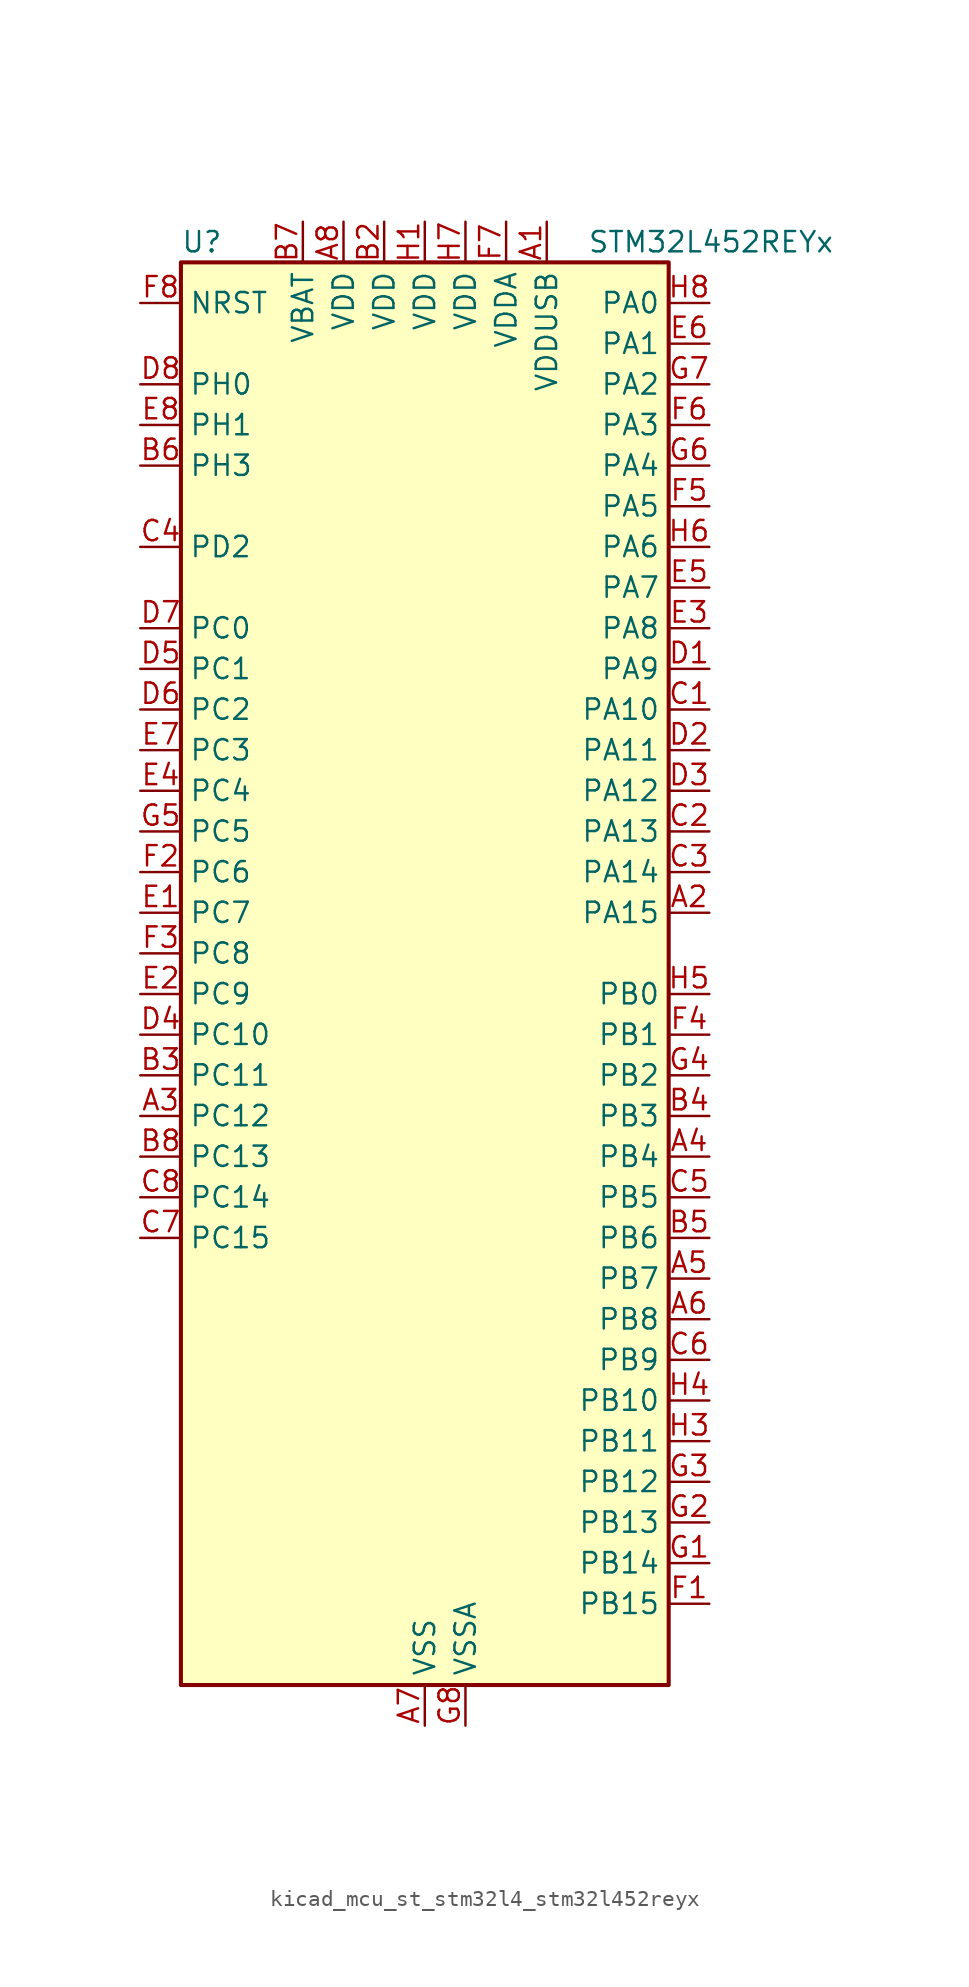
<source format=kicad_sym>
(kicad_symbol_lib
  (version 20220914)
  (generator kicad_symbol_editor)
  (symbol "kicad_mcu_st_stm32l4_stm32l452reyx"
    (property "Reference" "U"
      (at -15.24 46.99 0)
      (effects (font (size 1.27 1.27)) (justify left)))
    (property "Value" "STM32L452REYx"
      (at 10.16 46.99 0)
      (effects (font (size 1.27 1.27)) (justify left)))
    (property "ki_locked" ""
      (at 0 0 0)
      (effects (font (size 1.27 1.27))))
    (symbol "kicad_mcu_st_stm32l4_stm32l452reyx_0_1"
      (rectangle (start -15.24 -43.18) (end 15.24 45.72) (stroke (width 0.254) (type default)) (fill (type background))))
    (symbol "kicad_mcu_st_stm32l4_stm32l452reyx_1_1"
      (pin power_in line (at 7.62 48.26 270) (length 2.54) (name "VDDUSB" (effects (font (size 1.27 1.27)))) (number "A1" (effects (font (size 1.27 1.27)))))
      (pin bidirectional line (at 17.78 5.08 180) (length 2.54) (name "PA15" (effects (font (size 1.27 1.27)))) (number "A2" (effects (font (size 1.27 1.27)))) (alternate "ADC1_EXTI15" bidirectional line) (alternate "SPI1_NSS" bidirectional line) (alternate "SPI3_NSS" bidirectional line) (alternate "SYS_JTDI" bidirectional line) (alternate "TIM2_CH1" bidirectional line) (alternate "TIM2_ETR" bidirectional line) (alternate "TSC_G3_IO1" bidirectional line) (alternate "UART4_DE" bidirectional line) (alternate "UART4_RTS" bidirectional line) (alternate "USART2_RX" bidirectional line) (alternate "USART3_DE" bidirectional line) (alternate "USART3_RTS" bidirectional line))
      (pin bidirectional line (at -17.78 -7.62 0) (length 2.54) (name "PC12" (effects (font (size 1.27 1.27)))) (number "A3" (effects (font (size 1.27 1.27)))) (alternate "SDMMC1_CK" bidirectional line) (alternate "SPI3_MOSI" bidirectional line) (alternate "SYS_TRACED3" bidirectional line) (alternate "TSC_G3_IO4" bidirectional line) (alternate "USART3_CK" bidirectional line))
      (pin bidirectional line (at 17.78 -10.16 180) (length 2.54) (name "PB4" (effects (font (size 1.27 1.27)))) (number "A4" (effects (font (size 1.27 1.27)))) (alternate "COMP2_INP" bidirectional line) (alternate "I2C3_SDA" bidirectional line) (alternate "SAI1_MCLK_B" bidirectional line) (alternate "SPI1_MISO" bidirectional line) (alternate "SPI3_MISO" bidirectional line) (alternate "SYS_JTRST" bidirectional line) (alternate "TIM3_CH1" bidirectional line) (alternate "TSC_G2_IO1" bidirectional line) (alternate "USART1_CTS" bidirectional line))
      (pin bidirectional line (at 17.78 -17.78 180) (length 2.54) (name "PB7" (effects (font (size 1.27 1.27)))) (number "A5" (effects (font (size 1.27 1.27)))) (alternate "COMP2_INM" bidirectional line) (alternate "I2C1_SDA" bidirectional line) (alternate "I2C4_SDA" bidirectional line) (alternate "LPTIM1_IN2" bidirectional line) (alternate "SYS_PVD_IN" bidirectional line) (alternate "TSC_G2_IO4" bidirectional line) (alternate "UART4_CTS" bidirectional line) (alternate "USART1_RX" bidirectional line))
      (pin bidirectional line (at 17.78 -20.32 180) (length 2.54) (name "PB8" (effects (font (size 1.27 1.27)))) (number "A6" (effects (font (size 1.27 1.27)))) (alternate "CAN1_RX" bidirectional line) (alternate "I2C1_SCL" bidirectional line) (alternate "SAI1_MCLK_A" bidirectional line) (alternate "SDMMC1_D4" bidirectional line) (alternate "TIM16_CH1" bidirectional line))
      (pin power_in line (at 0 -45.72 90) (length 2.54) (name "VSS" (effects (font (size 1.27 1.27)))) (number "A7" (effects (font (size 1.27 1.27)))))
      (pin power_in line (at -5.08 48.26 270) (length 2.54) (name "VDD" (effects (font (size 1.27 1.27)))) (number "A8" (effects (font (size 1.27 1.27)))))
      (pin passive line (at 0 -45.72 90) (length 2.54) hide (name "VSS" (effects (font (size 1.27 1.27)))) (number "B1" (effects (font (size 1.27 1.27)))))
      (pin power_in line (at -2.54 48.26 270) (length 2.54) (name "VDD" (effects (font (size 1.27 1.27)))) (number "B2" (effects (font (size 1.27 1.27)))))
      (pin bidirectional line (at -17.78 -5.08 0) (length 2.54) (name "PC11" (effects (font (size 1.27 1.27)))) (number "B3" (effects (font (size 1.27 1.27)))) (alternate "ADC1_EXTI11" bidirectional line) (alternate "SDMMC1_D3" bidirectional line) (alternate "SPI3_MISO" bidirectional line) (alternate "TSC_G3_IO3" bidirectional line) (alternate "UART4_RX" bidirectional line) (alternate "USART3_RX" bidirectional line))
      (pin bidirectional line (at 17.78 -7.62 180) (length 2.54) (name "PB3" (effects (font (size 1.27 1.27)))) (number "B4" (effects (font (size 1.27 1.27)))) (alternate "COMP2_INM" bidirectional line) (alternate "SAI1_SCK_B" bidirectional line) (alternate "SPI1_SCK" bidirectional line) (alternate "SPI3_SCK" bidirectional line) (alternate "SYS_JTDO-SWO" bidirectional line) (alternate "TIM2_CH2" bidirectional line) (alternate "USART1_DE" bidirectional line) (alternate "USART1_RTS" bidirectional line))
      (pin bidirectional line (at 17.78 -15.24 180) (length 2.54) (name "PB6" (effects (font (size 1.27 1.27)))) (number "B5" (effects (font (size 1.27 1.27)))) (alternate "CAN1_TX" bidirectional line) (alternate "COMP2_INP" bidirectional line) (alternate "I2C1_SCL" bidirectional line) (alternate "I2C4_SCL" bidirectional line) (alternate "LPTIM1_ETR" bidirectional line) (alternate "SAI1_FS_B" bidirectional line) (alternate "TIM16_CH1N" bidirectional line) (alternate "TSC_G2_IO3" bidirectional line) (alternate "USART1_TX" bidirectional line))
      (pin bidirectional line (at -17.78 33.02 0) (length 2.54) (name "PH3" (effects (font (size 1.27 1.27)))) (number "B6" (effects (font (size 1.27 1.27)))))
      (pin power_in line (at -7.62 48.26 270) (length 2.54) (name "VBAT" (effects (font (size 1.27 1.27)))) (number "B7" (effects (font (size 1.27 1.27)))))
      (pin bidirectional line (at -17.78 -10.16 0) (length 2.54) (name "PC13" (effects (font (size 1.27 1.27)))) (number "B8" (effects (font (size 1.27 1.27)))) (alternate "RTC_OUT_ALARM" bidirectional line) (alternate "RTC_OUT_CALIB" bidirectional line) (alternate "RTC_TAMP1" bidirectional line) (alternate "RTC_TS" bidirectional line) (alternate "SYS_WKUP2" bidirectional line))
      (pin bidirectional line (at 17.78 17.78 180) (length 2.54) (name "PA10" (effects (font (size 1.27 1.27)))) (number "C1" (effects (font (size 1.27 1.27)))) (alternate "CRS_SYNC" bidirectional line) (alternate "I2C1_SDA" bidirectional line) (alternate "SAI1_SD_A" bidirectional line) (alternate "TIM1_CH3" bidirectional line) (alternate "USART1_RX" bidirectional line))
      (pin bidirectional line (at 17.78 10.16 180) (length 2.54) (name "PA13" (effects (font (size 1.27 1.27)))) (number "C2" (effects (font (size 1.27 1.27)))) (alternate "IR_OUT" bidirectional line) (alternate "SAI1_SD_B" bidirectional line) (alternate "SYS_JTMS-SWDIO" bidirectional line) (alternate "USB_NOE" bidirectional line))
      (pin bidirectional line (at 17.78 7.62 180) (length 2.54) (name "PA14" (effects (font (size 1.27 1.27)))) (number "C3" (effects (font (size 1.27 1.27)))) (alternate "I2C1_SMBA" bidirectional line) (alternate "I2C4_SMBA" bidirectional line) (alternate "LPTIM1_OUT" bidirectional line) (alternate "SAI1_FS_B" bidirectional line) (alternate "SYS_JTCK-SWCLK" bidirectional line))
      (pin bidirectional line (at -17.78 27.94 0) (length 2.54) (name "PD2" (effects (font (size 1.27 1.27)))) (number "C4" (effects (font (size 1.27 1.27)))) (alternate "SDMMC1_CMD" bidirectional line) (alternate "SYS_TRACED2" bidirectional line) (alternate "TIM3_ETR" bidirectional line) (alternate "TSC_SYNC" bidirectional line) (alternate "USART3_DE" bidirectional line) (alternate "USART3_RTS" bidirectional line))
      (pin bidirectional line (at 17.78 -12.7 180) (length 2.54) (name "PB5" (effects (font (size 1.27 1.27)))) (number "C5" (effects (font (size 1.27 1.27)))) (alternate "CAN1_RX" bidirectional line) (alternate "COMP2_OUT" bidirectional line) (alternate "I2C1_SMBA" bidirectional line) (alternate "LPTIM1_IN1" bidirectional line) (alternate "SAI1_SD_B" bidirectional line) (alternate "SPI1_MOSI" bidirectional line) (alternate "SPI3_MOSI" bidirectional line) (alternate "TIM16_BKIN" bidirectional line) (alternate "TIM3_CH2" bidirectional line) (alternate "TSC_G2_IO2" bidirectional line) (alternate "USART1_CK" bidirectional line))
      (pin bidirectional line (at 17.78 -22.86 180) (length 2.54) (name "PB9" (effects (font (size 1.27 1.27)))) (number "C6" (effects (font (size 1.27 1.27)))) (alternate "CAN1_TX" bidirectional line) (alternate "DAC1_EXTI9" bidirectional line) (alternate "I2C1_SDA" bidirectional line) (alternate "IR_OUT" bidirectional line) (alternate "SAI1_FS_A" bidirectional line) (alternate "SDMMC1_D5" bidirectional line) (alternate "SPI2_NSS" bidirectional line))
      (pin bidirectional line (at -17.78 -15.24 0) (length 2.54) (name "PC15" (effects (font (size 1.27 1.27)))) (number "C7" (effects (font (size 1.27 1.27)))) (alternate "ADC1_EXTI15" bidirectional line) (alternate "RCC_OSC32_OUT" bidirectional line))
      (pin bidirectional line (at -17.78 -12.7 0) (length 2.54) (name "PC14" (effects (font (size 1.27 1.27)))) (number "C8" (effects (font (size 1.27 1.27)))) (alternate "RCC_OSC32_IN" bidirectional line))
      (pin bidirectional line (at 17.78 20.32 180) (length 2.54) (name "PA9" (effects (font (size 1.27 1.27)))) (number "D1" (effects (font (size 1.27 1.27)))) (alternate "DAC1_EXTI9" bidirectional line) (alternate "DFSDM1_DATIN1" bidirectional line) (alternate "I2C1_SCL" bidirectional line) (alternate "SAI1_FS_A" bidirectional line) (alternate "TIM15_BKIN" bidirectional line) (alternate "TIM1_CH2" bidirectional line) (alternate "USART1_TX" bidirectional line))
      (pin bidirectional line (at 17.78 15.24 180) (length 2.54) (name "PA11" (effects (font (size 1.27 1.27)))) (number "D2" (effects (font (size 1.27 1.27)))) (alternate "ADC1_EXTI11" bidirectional line) (alternate "CAN1_RX" bidirectional line) (alternate "COMP1_OUT" bidirectional line) (alternate "SPI1_MISO" bidirectional line) (alternate "TIM1_BKIN2" bidirectional line) (alternate "TIM1_BKIN2_COMP1" bidirectional line) (alternate "TIM1_CH4" bidirectional line) (alternate "USART1_CTS" bidirectional line) (alternate "USB_DM" bidirectional line))
      (pin bidirectional line (at 17.78 12.7 180) (length 2.54) (name "PA12" (effects (font (size 1.27 1.27)))) (number "D3" (effects (font (size 1.27 1.27)))) (alternate "CAN1_TX" bidirectional line) (alternate "SPI1_MOSI" bidirectional line) (alternate "TIM1_ETR" bidirectional line) (alternate "USART1_DE" bidirectional line) (alternate "USART1_RTS" bidirectional line) (alternate "USB_DP" bidirectional line))
      (pin bidirectional line (at -17.78 -2.54 0) (length 2.54) (name "PC10" (effects (font (size 1.27 1.27)))) (number "D4" (effects (font (size 1.27 1.27)))) (alternate "SDMMC1_D2" bidirectional line) (alternate "SPI3_SCK" bidirectional line) (alternate "SYS_TRACED1" bidirectional line) (alternate "TSC_G3_IO2" bidirectional line) (alternate "UART4_TX" bidirectional line) (alternate "USART3_TX" bidirectional line))
      (pin bidirectional line (at -17.78 20.32 0) (length 2.54) (name "PC1" (effects (font (size 1.27 1.27)))) (number "D5" (effects (font (size 1.27 1.27)))) (alternate "ADC1_IN2" bidirectional line) (alternate "I2C3_SDA" bidirectional line) (alternate "I2C4_SDA" bidirectional line) (alternate "LPTIM1_OUT" bidirectional line) (alternate "LPUART1_TX" bidirectional line) (alternate "SYS_TRACED0" bidirectional line))
      (pin bidirectional line (at -17.78 17.78 0) (length 2.54) (name "PC2" (effects (font (size 1.27 1.27)))) (number "D6" (effects (font (size 1.27 1.27)))) (alternate "ADC1_IN3" bidirectional line) (alternate "DFSDM1_CKOUT" bidirectional line) (alternate "LPTIM1_IN2" bidirectional line) (alternate "SPI2_MISO" bidirectional line))
      (pin bidirectional line (at -17.78 22.86 0) (length 2.54) (name "PC0" (effects (font (size 1.27 1.27)))) (number "D7" (effects (font (size 1.27 1.27)))) (alternate "ADC1_IN1" bidirectional line) (alternate "I2C3_SCL" bidirectional line) (alternate "I2C4_SCL" bidirectional line) (alternate "LPTIM1_IN1" bidirectional line) (alternate "LPTIM2_IN1" bidirectional line) (alternate "LPUART1_RX" bidirectional line))
      (pin bidirectional line (at -17.78 38.1 0) (length 2.54) (name "PH0" (effects (font (size 1.27 1.27)))) (number "D8" (effects (font (size 1.27 1.27)))) (alternate "RCC_OSC_IN" bidirectional line))
      (pin bidirectional line (at -17.78 5.08 0) (length 2.54) (name "PC7" (effects (font (size 1.27 1.27)))) (number "E1" (effects (font (size 1.27 1.27)))) (alternate "DFSDM1_DATIN3" bidirectional line) (alternate "SDMMC1_D7" bidirectional line) (alternate "TIM3_CH2" bidirectional line) (alternate "TSC_G4_IO2" bidirectional line))
      (pin bidirectional line (at -17.78 0 0) (length 2.54) (name "PC9" (effects (font (size 1.27 1.27)))) (number "E2" (effects (font (size 1.27 1.27)))) (alternate "DAC1_EXTI9" bidirectional line) (alternate "SDMMC1_D1" bidirectional line) (alternate "TIM3_CH4" bidirectional line) (alternate "TSC_G4_IO4" bidirectional line) (alternate "USB_NOE" bidirectional line))
      (pin bidirectional line (at 17.78 22.86 180) (length 2.54) (name "PA8" (effects (font (size 1.27 1.27)))) (number "E3" (effects (font (size 1.27 1.27)))) (alternate "DFSDM1_CKIN1" bidirectional line) (alternate "LPTIM2_OUT" bidirectional line) (alternate "RCC_MCO" bidirectional line) (alternate "SAI1_SCK_A" bidirectional line) (alternate "TIM1_CH1" bidirectional line) (alternate "USART1_CK" bidirectional line))
      (pin bidirectional line (at -17.78 12.7 0) (length 2.54) (name "PC4" (effects (font (size 1.27 1.27)))) (number "E4" (effects (font (size 1.27 1.27)))) (alternate "ADC1_IN13" bidirectional line) (alternate "COMP1_INM" bidirectional line) (alternate "USART3_TX" bidirectional line))
      (pin bidirectional line (at 17.78 25.4 180) (length 2.54) (name "PA7" (effects (font (size 1.27 1.27)))) (number "E5" (effects (font (size 1.27 1.27)))) (alternate "ADC1_IN12" bidirectional line) (alternate "COMP2_OUT" bidirectional line) (alternate "DFSDM1_DATIN0" bidirectional line) (alternate "I2C3_SCL" bidirectional line) (alternate "QUADSPI_BK1_IO2" bidirectional line) (alternate "SPI1_MOSI" bidirectional line) (alternate "TIM1_CH1N" bidirectional line) (alternate "TIM3_CH2" bidirectional line))
      (pin bidirectional line (at 17.78 40.64 180) (length 2.54) (name "PA1" (effects (font (size 1.27 1.27)))) (number "E6" (effects (font (size 1.27 1.27)))) (alternate "ADC1_IN6" bidirectional line) (alternate "COMP1_INP" bidirectional line) (alternate "I2C1_SMBA" bidirectional line) (alternate "OPAMP1_VINM" bidirectional line) (alternate "SPI1_SCK" bidirectional line) (alternate "TIM15_CH1N" bidirectional line) (alternate "TIM2_CH2" bidirectional line) (alternate "UART4_RX" bidirectional line) (alternate "USART2_DE" bidirectional line) (alternate "USART2_RTS" bidirectional line))
      (pin bidirectional line (at -17.78 15.24 0) (length 2.54) (name "PC3" (effects (font (size 1.27 1.27)))) (number "E7" (effects (font (size 1.27 1.27)))) (alternate "ADC1_IN4" bidirectional line) (alternate "LPTIM1_ETR" bidirectional line) (alternate "LPTIM2_ETR" bidirectional line) (alternate "SAI1_SD_A" bidirectional line) (alternate "SPI2_MOSI" bidirectional line))
      (pin bidirectional line (at -17.78 35.56 0) (length 2.54) (name "PH1" (effects (font (size 1.27 1.27)))) (number "E8" (effects (font (size 1.27 1.27)))) (alternate "RCC_OSC_OUT" bidirectional line))
      (pin bidirectional line (at 17.78 -38.1 180) (length 2.54) (name "PB15" (effects (font (size 1.27 1.27)))) (number "F1" (effects (font (size 1.27 1.27)))) (alternate "ADC1_EXTI15" bidirectional line) (alternate "DFSDM1_CKIN2" bidirectional line) (alternate "RTC_REFIN" bidirectional line) (alternate "SAI1_SD_A" bidirectional line) (alternate "SPI2_MOSI" bidirectional line) (alternate "TIM15_CH2" bidirectional line) (alternate "TIM1_CH3N" bidirectional line) (alternate "TSC_G1_IO4" bidirectional line))
      (pin bidirectional line (at -17.78 7.62 0) (length 2.54) (name "PC6" (effects (font (size 1.27 1.27)))) (number "F2" (effects (font (size 1.27 1.27)))) (alternate "DFSDM1_CKIN3" bidirectional line) (alternate "SDMMC1_D6" bidirectional line) (alternate "TIM3_CH1" bidirectional line) (alternate "TSC_G4_IO1" bidirectional line))
      (pin bidirectional line (at -17.78 2.54 0) (length 2.54) (name "PC8" (effects (font (size 1.27 1.27)))) (number "F3" (effects (font (size 1.27 1.27)))) (alternate "SDMMC1_D0" bidirectional line) (alternate "TIM3_CH3" bidirectional line) (alternate "TSC_G4_IO3" bidirectional line))
      (pin bidirectional line (at 17.78 -2.54 180) (length 2.54) (name "PB1" (effects (font (size 1.27 1.27)))) (number "F4" (effects (font (size 1.27 1.27)))) (alternate "ADC1_IN16" bidirectional line) (alternate "COMP1_INM" bidirectional line) (alternate "DFSDM1_DATIN0" bidirectional line) (alternate "LPTIM2_IN1" bidirectional line) (alternate "LPUART1_DE" bidirectional line) (alternate "LPUART1_RTS" bidirectional line) (alternate "QUADSPI_BK1_IO0" bidirectional line) (alternate "TIM1_CH3N" bidirectional line) (alternate "TIM3_CH4" bidirectional line) (alternate "USART3_DE" bidirectional line) (alternate "USART3_RTS" bidirectional line))
      (pin bidirectional line (at 17.78 30.48 180) (length 2.54) (name "PA5" (effects (font (size 1.27 1.27)))) (number "F5" (effects (font (size 1.27 1.27)))) (alternate "ADC1_IN10" bidirectional line) (alternate "COMP1_INM" bidirectional line) (alternate "COMP2_INM" bidirectional line) (alternate "DFSDM1_CKOUT" bidirectional line) (alternate "LPTIM2_ETR" bidirectional line) (alternate "SPI1_SCK" bidirectional line) (alternate "TIM2_CH1" bidirectional line) (alternate "TIM2_ETR" bidirectional line))
      (pin bidirectional line (at 17.78 35.56 180) (length 2.54) (name "PA3" (effects (font (size 1.27 1.27)))) (number "F6" (effects (font (size 1.27 1.27)))) (alternate "ADC1_IN8" bidirectional line) (alternate "COMP2_INP" bidirectional line) (alternate "LPUART1_RX" bidirectional line) (alternate "OPAMP1_VOUT" bidirectional line) (alternate "QUADSPI_CLK" bidirectional line) (alternate "SAI1_MCLK_A" bidirectional line) (alternate "TIM15_CH2" bidirectional line) (alternate "TIM2_CH4" bidirectional line) (alternate "USART2_RX" bidirectional line))
      (pin power_in line (at 5.08 48.26 270) (length 2.54) (name "VDDA" (effects (font (size 1.27 1.27)))) (number "F7" (effects (font (size 1.27 1.27)))))
      (pin input line (at -17.78 43.18 0) (length 2.54) (name "NRST" (effects (font (size 1.27 1.27)))) (number "F8" (effects (font (size 1.27 1.27)))))
      (pin bidirectional line (at 17.78 -35.56 180) (length 2.54) (name "PB14" (effects (font (size 1.27 1.27)))) (number "G1" (effects (font (size 1.27 1.27)))) (alternate "DFSDM1_DATIN2" bidirectional line) (alternate "I2C2_SDA" bidirectional line) (alternate "SAI1_MCLK_A" bidirectional line) (alternate "SPI2_MISO" bidirectional line) (alternate "TIM15_CH1" bidirectional line) (alternate "TIM1_CH2N" bidirectional line) (alternate "TSC_G1_IO3" bidirectional line) (alternate "USART3_DE" bidirectional line) (alternate "USART3_RTS" bidirectional line))
      (pin bidirectional line (at 17.78 -33.02 180) (length 2.54) (name "PB13" (effects (font (size 1.27 1.27)))) (number "G2" (effects (font (size 1.27 1.27)))) (alternate "CAN1_TX" bidirectional line) (alternate "DFSDM1_CKIN1" bidirectional line) (alternate "I2C2_SCL" bidirectional line) (alternate "LPUART1_CTS" bidirectional line) (alternate "SAI1_SCK_A" bidirectional line) (alternate "SPI2_SCK" bidirectional line) (alternate "TIM15_CH1N" bidirectional line) (alternate "TIM1_CH1N" bidirectional line) (alternate "TSC_G1_IO2" bidirectional line) (alternate "USART3_CTS" bidirectional line))
      (pin bidirectional line (at 17.78 -30.48 180) (length 2.54) (name "PB12" (effects (font (size 1.27 1.27)))) (number "G3" (effects (font (size 1.27 1.27)))) (alternate "CAN1_RX" bidirectional line) (alternate "DFSDM1_DATIN1" bidirectional line) (alternate "I2C2_SMBA" bidirectional line) (alternate "LPUART1_DE" bidirectional line) (alternate "LPUART1_RTS" bidirectional line) (alternate "SAI1_FS_A" bidirectional line) (alternate "SPI2_NSS" bidirectional line) (alternate "TIM15_BKIN" bidirectional line) (alternate "TIM1_BKIN" bidirectional line) (alternate "TIM1_BKIN_COMP2" bidirectional line) (alternate "TSC_G1_IO1" bidirectional line) (alternate "USART3_CK" bidirectional line))
      (pin bidirectional line (at 17.78 -5.08 180) (length 2.54) (name "PB2" (effects (font (size 1.27 1.27)))) (number "G4" (effects (font (size 1.27 1.27)))) (alternate "COMP1_INP" bidirectional line) (alternate "DFSDM1_CKIN0" bidirectional line) (alternate "I2C3_SMBA" bidirectional line) (alternate "LPTIM1_OUT" bidirectional line) (alternate "RTC_OUT_ALARM" bidirectional line) (alternate "RTC_OUT_CALIB" bidirectional line))
      (pin bidirectional line (at -17.78 10.16 0) (length 2.54) (name "PC5" (effects (font (size 1.27 1.27)))) (number "G5" (effects (font (size 1.27 1.27)))) (alternate "ADC1_IN14" bidirectional line) (alternate "COMP1_INP" bidirectional line) (alternate "SYS_WKUP5" bidirectional line) (alternate "USART3_RX" bidirectional line))
      (pin bidirectional line (at 17.78 33.02 180) (length 2.54) (name "PA4" (effects (font (size 1.27 1.27)))) (number "G6" (effects (font (size 1.27 1.27)))) (alternate "ADC1_IN9" bidirectional line) (alternate "COMP1_INM" bidirectional line) (alternate "COMP2_INM" bidirectional line) (alternate "DAC1_OUT1" bidirectional line) (alternate "LPTIM2_OUT" bidirectional line) (alternate "SAI1_FS_B" bidirectional line) (alternate "SPI1_NSS" bidirectional line) (alternate "SPI3_NSS" bidirectional line) (alternate "USART2_CK" bidirectional line))
      (pin bidirectional line (at 17.78 38.1 180) (length 2.54) (name "PA2" (effects (font (size 1.27 1.27)))) (number "G7" (effects (font (size 1.27 1.27)))) (alternate "ADC1_IN7" bidirectional line) (alternate "COMP2_INM" bidirectional line) (alternate "COMP2_OUT" bidirectional line) (alternate "LPUART1_TX" bidirectional line) (alternate "QUADSPI_BK1_NCS" bidirectional line) (alternate "RCC_LSCO" bidirectional line) (alternate "SYS_WKUP4" bidirectional line) (alternate "TIM15_CH1" bidirectional line) (alternate "TIM2_CH3" bidirectional line) (alternate "USART2_TX" bidirectional line))
      (pin power_in line (at 2.54 -45.72 90) (length 2.54) (name "VSSA" (effects (font (size 1.27 1.27)))) (number "G8" (effects (font (size 1.27 1.27)))))
      (pin power_in line (at 0 48.26 270) (length 2.54) (name "VDD" (effects (font (size 1.27 1.27)))) (number "H1" (effects (font (size 1.27 1.27)))))
      (pin passive line (at 0 -45.72 90) (length 2.54) hide (name "VSS" (effects (font (size 1.27 1.27)))) (number "H2" (effects (font (size 1.27 1.27)))))
      (pin bidirectional line (at 17.78 -27.94 180) (length 2.54) (name "PB11" (effects (font (size 1.27 1.27)))) (number "H3" (effects (font (size 1.27 1.27)))) (alternate "ADC1_EXTI11" bidirectional line) (alternate "COMP2_OUT" bidirectional line) (alternate "I2C2_SDA" bidirectional line) (alternate "I2C4_SDA" bidirectional line) (alternate "LPUART1_TX" bidirectional line) (alternate "QUADSPI_BK1_NCS" bidirectional line) (alternate "TIM2_CH4" bidirectional line) (alternate "USART3_RX" bidirectional line))
      (pin bidirectional line (at 17.78 -25.4 180) (length 2.54) (name "PB10" (effects (font (size 1.27 1.27)))) (number "H4" (effects (font (size 1.27 1.27)))) (alternate "COMP1_OUT" bidirectional line) (alternate "I2C2_SCL" bidirectional line) (alternate "I2C4_SCL" bidirectional line) (alternate "LPUART1_RX" bidirectional line) (alternate "QUADSPI_CLK" bidirectional line) (alternate "SAI1_SCK_A" bidirectional line) (alternate "SPI2_SCK" bidirectional line) (alternate "TIM2_CH3" bidirectional line) (alternate "TSC_SYNC" bidirectional line) (alternate "USART3_TX" bidirectional line))
      (pin bidirectional line (at 17.78 0 180) (length 2.54) (name "PB0" (effects (font (size 1.27 1.27)))) (number "H5" (effects (font (size 1.27 1.27)))) (alternate "ADC1_IN15" bidirectional line) (alternate "COMP1_OUT" bidirectional line) (alternate "DFSDM1_CKIN0" bidirectional line) (alternate "QUADSPI_BK1_IO1" bidirectional line) (alternate "SAI1_EXTCLK" bidirectional line) (alternate "SPI1_NSS" bidirectional line) (alternate "TIM1_CH2N" bidirectional line) (alternate "TIM3_CH3" bidirectional line) (alternate "USART3_CK" bidirectional line))
      (pin bidirectional line (at 17.78 27.94 180) (length 2.54) (name "PA6" (effects (font (size 1.27 1.27)))) (number "H6" (effects (font (size 1.27 1.27)))) (alternate "ADC1_IN11" bidirectional line) (alternate "COMP1_OUT" bidirectional line) (alternate "LPUART1_CTS" bidirectional line) (alternate "QUADSPI_BK1_IO3" bidirectional line) (alternate "SPI1_MISO" bidirectional line) (alternate "TIM16_CH1" bidirectional line) (alternate "TIM1_BKIN" bidirectional line) (alternate "TIM1_BKIN_COMP2" bidirectional line) (alternate "TIM3_CH1" bidirectional line) (alternate "USART3_CTS" bidirectional line))
      (pin power_in line (at 2.54 48.26 270) (length 2.54) (name "VDD" (effects (font (size 1.27 1.27)))) (number "H7" (effects (font (size 1.27 1.27)))))
      (pin bidirectional line (at 17.78 43.18 180) (length 2.54) (name "PA0" (effects (font (size 1.27 1.27)))) (number "H8" (effects (font (size 1.27 1.27)))) (alternate "ADC1_IN5" bidirectional line) (alternate "COMP1_INM" bidirectional line) (alternate "COMP1_OUT" bidirectional line) (alternate "OPAMP1_VINP" bidirectional line) (alternate "RTC_TAMP2" bidirectional line) (alternate "SAI1_EXTCLK" bidirectional line) (alternate "SYS_WKUP1" bidirectional line) (alternate "TIM2_CH1" bidirectional line) (alternate "TIM2_ETR" bidirectional line) (alternate "UART4_TX" bidirectional line) (alternate "USART2_CTS" bidirectional line)))))
</source>
